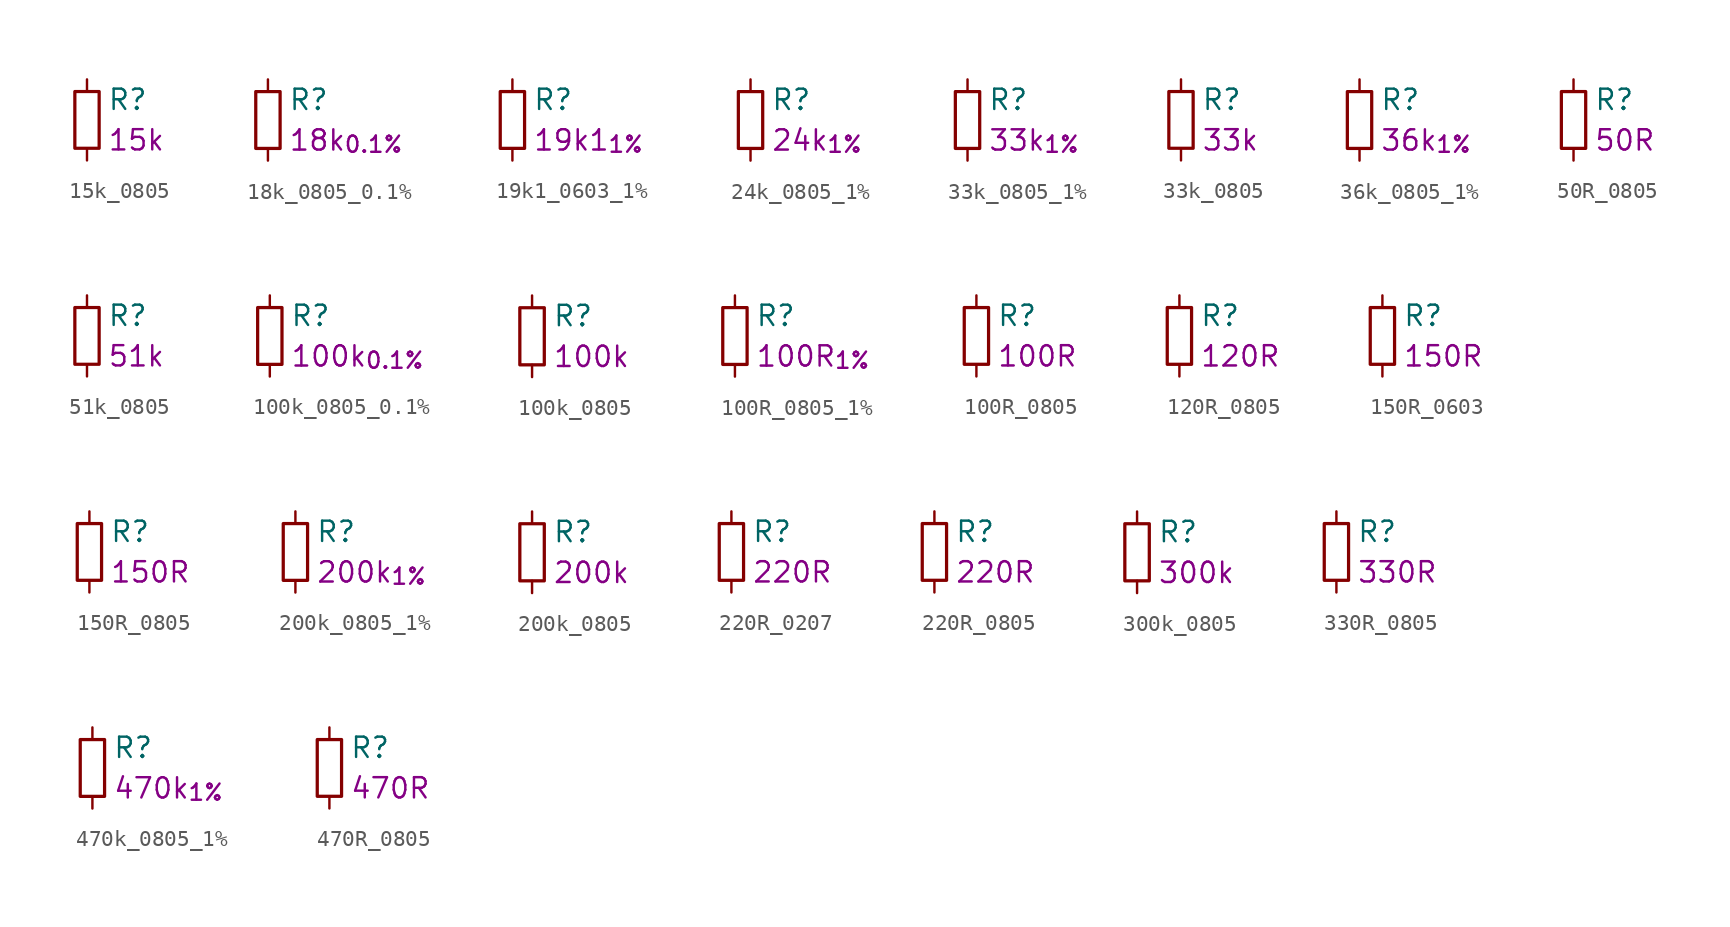
<source format=kicad_sym>
(kicad_symbol_lib
  (version 20241209)
  (generator "kicad_symbol_editor")
  (generator_version "9.0")
  (symbol "15k_0805"
    (pin_numbers
      (hide yes))
    (pin_names
      (offset 0.254)
      (hide yes))
    (property "Reference" "R"
      (at 1.27 1.27 0)
      (effects (font (size 1.27 1.27)) (justify left)))
    (property "Value_" "15k"
      (at 1.27 -1.27 0)
      (effects (font (size 1.27 1.27)) (justify left)))
    (symbol "15k_0805_0_1"
      (rectangle (start -0.762 1.778) (end 0.762 -1.778) (stroke (width 0.203) (type default)) (fill (type none))))
    (symbol "15k_0805_1_1"
      (pin passive line (at 0 2.54 270) (length 0.762) (name "~" (effects (font (size 1.27 1.27)))) (number "1" (effects (font (size 1.27 1.27)))))
      (pin passive line (at 0 -2.54 90) (length 0.762) (name "~" (effects (font (size 1.27 1.27)))) (number "2" (effects (font (size 1.27 1.27)))))))
  (symbol "18k_0805_0.1%"
    (pin_numbers
      (hide yes))
    (pin_names
      (offset 0.254)
      (hide yes))
    (property "Reference" "R"
      (at 1.27 1.27 0)
      (effects (font (size 1.27 1.27)) (justify left)))
    (property "Value_" "18k_{0.1%}"
      (at 1.27 -1.27 0)
      (effects (font (size 1.27 1.27)) (justify left)))
    (symbol "18k_0805_0.1%_0_1"
      (rectangle (start -0.762 1.778) (end 0.762 -1.778) (stroke (width 0.203) (type default)) (fill (type none))))
    (symbol "18k_0805_0.1%_1_1"
      (pin passive line (at 0 2.54 270) (length 0.762) (name "~" (effects (font (size 1.27 1.27)))) (number "1" (effects (font (size 1.27 1.27)))))
      (pin passive line (at 0 -2.54 90) (length 0.762) (name "~" (effects (font (size 1.27 1.27)))) (number "2" (effects (font (size 1.27 1.27)))))))
  (symbol "19k1_0603_1%"
    (pin_numbers
      (hide yes))
    (pin_names
      (offset 0.254)
      (hide yes))
    (property "Reference" "R"
      (at 1.27 1.27 0)
      (effects (font (size 1.27 1.27)) (justify left)))
    (property "Value_" "19k1_{1%}"
      (at 1.27 -1.27 0)
      (effects (font (size 1.27 1.27)) (justify left)))
    (symbol "19k1_0603_1%_0_1"
      (rectangle (start -0.762 1.778) (end 0.762 -1.778) (stroke (width 0.203) (type default)) (fill (type none))))
    (symbol "19k1_0603_1%_1_1"
      (pin passive line (at 0 2.54 270) (length 0.762) (name "~" (effects (font (size 1.27 1.27)))) (number "1" (effects (font (size 1.27 1.27)))))
      (pin passive line (at 0 -2.54 90) (length 0.762) (name "~" (effects (font (size 1.27 1.27)))) (number "2" (effects (font (size 1.27 1.27)))))))
  (symbol "24k_0805_1%"
    (pin_numbers
      (hide yes))
    (pin_names
      (offset 0.254)
      (hide yes))
    (property "Reference" "R"
      (at 1.27 1.27 0)
      (effects (font (size 1.27 1.27)) (justify left)))
    (property "Value_" "24k_{1%}"
      (at 1.27 -1.27 0)
      (effects (font (size 1.27 1.27)) (justify left)))
    (symbol "24k_0805_1%_0_1"
      (rectangle (start -0.762 1.778) (end 0.762 -1.778) (stroke (width 0.203) (type default)) (fill (type none))))
    (symbol "24k_0805_1%_1_1"
      (pin passive line (at 0 2.54 270) (length 0.762) (name "~" (effects (font (size 1.27 1.27)))) (number "1" (effects (font (size 1.27 1.27)))))
      (pin passive line (at 0 -2.54 90) (length 0.762) (name "~" (effects (font (size 1.27 1.27)))) (number "2" (effects (font (size 1.27 1.27)))))))
  (symbol "33k_0805_1%"
    (pin_numbers
      (hide yes))
    (pin_names
      (offset 0.254)
      (hide yes))
    (property "Reference" "R"
      (at 1.27 1.27 0)
      (effects (font (size 1.27 1.27)) (justify left)))
    (property "Value_" "33k_{1%}"
      (at 1.27 -1.27 0)
      (effects (font (size 1.27 1.27)) (justify left)))
    (symbol "33k_0805_1%_0_1"
      (rectangle (start -0.762 1.778) (end 0.762 -1.778) (stroke (width 0.203) (type default)) (fill (type none))))
    (symbol "33k_0805_1%_1_1"
      (pin passive line (at 0 2.54 270) (length 0.762) (name "~" (effects (font (size 1.27 1.27)))) (number "1" (effects (font (size 1.27 1.27)))))
      (pin passive line (at 0 -2.54 90) (length 0.762) (name "~" (effects (font (size 1.27 1.27)))) (number "2" (effects (font (size 1.27 1.27)))))))
  (symbol "33k_0805"
    (pin_numbers
      (hide yes))
    (pin_names
      (offset 0.254)
      (hide yes))
    (property "Reference" "R"
      (at 1.27 1.27 0)
      (effects (font (size 1.27 1.27)) (justify left)))
    (property "Value_" "33k"
      (at 1.27 -1.27 0)
      (effects (font (size 1.27 1.27)) (justify left)))
    (symbol "33k_0805_0_1"
      (rectangle (start -0.762 1.778) (end 0.762 -1.778) (stroke (width 0.203) (type default)) (fill (type none))))
    (symbol "33k_0805_1_1"
      (pin passive line (at 0 2.54 270) (length 0.762) (name "~" (effects (font (size 1.27 1.27)))) (number "1" (effects (font (size 1.27 1.27)))))
      (pin passive line (at 0 -2.54 90) (length 0.762) (name "~" (effects (font (size 1.27 1.27)))) (number "2" (effects (font (size 1.27 1.27)))))))
  (symbol "36k_0805_1%"
    (pin_numbers
      (hide yes))
    (pin_names
      (offset 0.254)
      (hide yes))
    (property "Reference" "R"
      (at 1.27 1.27 0)
      (effects (font (size 1.27 1.27)) (justify left)))
    (property "Value_" "36k_{1%}"
      (at 1.27 -1.27 0)
      (effects (font (size 1.27 1.27)) (justify left)))
    (symbol "36k_0805_1%_0_1"
      (rectangle (start -0.762 1.778) (end 0.762 -1.778) (stroke (width 0.203) (type default)) (fill (type none))))
    (symbol "36k_0805_1%_1_1"
      (pin passive line (at 0 2.54 270) (length 0.762) (name "~" (effects (font (size 1.27 1.27)))) (number "1" (effects (font (size 1.27 1.27)))))
      (pin passive line (at 0 -2.54 90) (length 0.762) (name "~" (effects (font (size 1.27 1.27)))) (number "2" (effects (font (size 1.27 1.27)))))))
  (symbol "50R_0805"
    (pin_numbers
      (hide yes))
    (pin_names
      (offset 0.254)
      (hide yes))
    (property "Reference" "R"
      (at 1.27 1.27 0)
      (effects (font (size 1.27 1.27)) (justify left)))
    (property "Value_" "50R"
      (at 1.27 -1.27 0)
      (effects (font (size 1.27 1.27)) (justify left)))
    (symbol "50R_0805_0_1"
      (rectangle (start -0.762 1.778) (end 0.762 -1.778) (stroke (width 0.203) (type default)) (fill (type none))))
    (symbol "50R_0805_1_1"
      (pin passive line (at 0 2.54 270) (length 0.762) (name "~" (effects (font (size 1.27 1.27)))) (number "1" (effects (font (size 1.27 1.27)))))
      (pin passive line (at 0 -2.54 90) (length 0.762) (name "~" (effects (font (size 1.27 1.27)))) (number "2" (effects (font (size 1.27 1.27)))))))
  (symbol "51k_0805"
    (pin_numbers
      (hide yes))
    (pin_names
      (offset 0.254)
      (hide yes))
    (property "Reference" "R"
      (at 1.27 1.27 0)
      (effects (font (size 1.27 1.27)) (justify left)))
    (property "Value_" "51k"
      (at 1.27 -1.27 0)
      (effects (font (size 1.27 1.27)) (justify left)))
    (symbol "51k_0805_0_1"
      (rectangle (start -0.762 1.778) (end 0.762 -1.778) (stroke (width 0.203) (type default)) (fill (type none))))
    (symbol "51k_0805_1_1"
      (pin passive line (at 0 2.54 270) (length 0.762) (name "~" (effects (font (size 1.27 1.27)))) (number "1" (effects (font (size 1.27 1.27)))))
      (pin passive line (at 0 -2.54 90) (length 0.762) (name "~" (effects (font (size 1.27 1.27)))) (number "2" (effects (font (size 1.27 1.27)))))))
  (symbol "100k_0805_0.1%"
    (pin_numbers
      (hide yes))
    (pin_names
      (offset 0.254)
      (hide yes))
    (property "Reference" "R"
      (at 1.27 1.27 0)
      (effects (font (size 1.27 1.27)) (justify left)))
    (property "Value_" "100k_{0.1%}"
      (at 1.27 -1.27 0)
      (effects (font (size 1.27 1.27)) (justify left)))
    (symbol "100k_0805_0.1%_0_1"
      (rectangle (start -0.762 1.778) (end 0.762 -1.778) (stroke (width 0.203) (type default)) (fill (type none))))
    (symbol "100k_0805_0.1%_1_1"
      (pin passive line (at 0 2.54 270) (length 0.762) (name "~" (effects (font (size 1.27 1.27)))) (number "1" (effects (font (size 1.27 1.27)))))
      (pin passive line (at 0 -2.54 90) (length 0.762) (name "~" (effects (font (size 1.27 1.27)))) (number "2" (effects (font (size 1.27 1.27)))))))
  (symbol "100k_0805"
    (pin_numbers
      (hide yes))
    (pin_names
      (offset 0.254)
      (hide yes))
    (property "Reference" "R"
      (at 1.27 1.27 0)
      (effects (font (size 1.27 1.27)) (justify left)))
    (property "Value_" "100k"
      (at 1.27 -1.27 0)
      (effects (font (size 1.27 1.27)) (justify left)))
    (symbol "100k_0805_0_1"
      (rectangle (start -0.762 1.778) (end 0.762 -1.778) (stroke (width 0.203) (type default)) (fill (type none))))
    (symbol "100k_0805_1_1"
      (pin passive line (at 0 2.54 270) (length 0.762) (name "~" (effects (font (size 1.27 1.27)))) (number "1" (effects (font (size 1.27 1.27)))))
      (pin passive line (at 0 -2.54 90) (length 0.762) (name "~" (effects (font (size 1.27 1.27)))) (number "2" (effects (font (size 1.27 1.27)))))))
  (symbol "100R_0805_1%"
    (pin_numbers
      (hide yes))
    (pin_names
      (offset 0.254)
      (hide yes))
    (property "Reference" "R"
      (at 1.27 1.27 0)
      (effects (font (size 1.27 1.27)) (justify left)))
    (property "Value_" "100R_{1%}"
      (at 1.27 -1.27 0)
      (effects (font (size 1.27 1.27)) (justify left)))
    (symbol "100R_0805_1%_0_1"
      (rectangle (start -0.762 1.778) (end 0.762 -1.778) (stroke (width 0.203) (type default)) (fill (type none))))
    (symbol "100R_0805_1%_1_1"
      (pin passive line (at 0 2.54 270) (length 0.762) (name "~" (effects (font (size 1.27 1.27)))) (number "1" (effects (font (size 1.27 1.27)))))
      (pin passive line (at 0 -2.54 90) (length 0.762) (name "~" (effects (font (size 1.27 1.27)))) (number "2" (effects (font (size 1.27 1.27)))))))
  (symbol "100R_0805"
    (pin_numbers
      (hide yes))
    (pin_names
      (offset 0.254)
      (hide yes))
    (property "Reference" "R"
      (at 1.27 1.27 0)
      (effects (font (size 1.27 1.27)) (justify left)))
    (property "Value_" "100R"
      (at 1.27 -1.27 0)
      (effects (font (size 1.27 1.27)) (justify left)))
    (symbol "100R_0805_0_1"
      (rectangle (start -0.762 1.778) (end 0.762 -1.778) (stroke (width 0.203) (type default)) (fill (type none))))
    (symbol "100R_0805_1_1"
      (pin passive line (at 0 2.54 270) (length 0.762) (name "~" (effects (font (size 1.27 1.27)))) (number "1" (effects (font (size 1.27 1.27)))))
      (pin passive line (at 0 -2.54 90) (length 0.762) (name "~" (effects (font (size 1.27 1.27)))) (number "2" (effects (font (size 1.27 1.27)))))))
  (symbol "120R_0805"
    (pin_numbers
      (hide yes))
    (pin_names
      (offset 0.254)
      (hide yes))
    (property "Reference" "R"
      (at 1.27 1.27 0)
      (effects (font (size 1.27 1.27)) (justify left)))
    (property "Value_" "120R"
      (at 1.27 -1.27 0)
      (effects (font (size 1.27 1.27)) (justify left)))
    (symbol "120R_0805_0_1"
      (rectangle (start -0.762 1.778) (end 0.762 -1.778) (stroke (width 0.203) (type default)) (fill (type none))))
    (symbol "120R_0805_1_1"
      (pin passive line (at 0 2.54 270) (length 0.762) (name "~" (effects (font (size 1.27 1.27)))) (number "1" (effects (font (size 1.27 1.27)))))
      (pin passive line (at 0 -2.54 90) (length 0.762) (name "~" (effects (font (size 1.27 1.27)))) (number "2" (effects (font (size 1.27 1.27)))))))
  (symbol "150R_0603"
    (pin_numbers
      (hide yes))
    (pin_names
      (offset 0.254)
      (hide yes))
    (property "Reference" "R"
      (at 1.27 1.27 0)
      (effects (font (size 1.27 1.27)) (justify left)))
    (property "Value_" "150R"
      (at 1.27 -1.27 0)
      (effects (font (size 1.27 1.27)) (justify left)))
    (symbol "150R_0603_0_1"
      (rectangle (start -0.762 1.778) (end 0.762 -1.778) (stroke (width 0.203) (type default)) (fill (type none))))
    (symbol "150R_0603_1_1"
      (pin passive line (at 0 2.54 270) (length 0.762) (name "~" (effects (font (size 1.27 1.27)))) (number "1" (effects (font (size 1.27 1.27)))))
      (pin passive line (at 0 -2.54 90) (length 0.762) (name "~" (effects (font (size 1.27 1.27)))) (number "2" (effects (font (size 1.27 1.27)))))))
  (symbol "150R_0805"
    (pin_numbers
      (hide yes))
    (pin_names
      (offset 0.254)
      (hide yes))
    (property "Reference" "R"
      (at 1.27 1.27 0)
      (effects (font (size 1.27 1.27)) (justify left)))
    (property "Value_" "150R"
      (at 1.27 -1.27 0)
      (effects (font (size 1.27 1.27)) (justify left)))
    (symbol "150R_0805_0_1"
      (rectangle (start -0.762 1.778) (end 0.762 -1.778) (stroke (width 0.203) (type default)) (fill (type none))))
    (symbol "150R_0805_1_1"
      (pin passive line (at 0 2.54 270) (length 0.762) (name "~" (effects (font (size 1.27 1.27)))) (number "1" (effects (font (size 1.27 1.27)))))
      (pin passive line (at 0 -2.54 90) (length 0.762) (name "~" (effects (font (size 1.27 1.27)))) (number "2" (effects (font (size 1.27 1.27)))))))
  (symbol "200k_0805_1%"
    (pin_numbers
      (hide yes))
    (pin_names
      (offset 0.254)
      (hide yes))
    (property "Reference" "R"
      (at 1.27 1.27 0)
      (effects (font (size 1.27 1.27)) (justify left)))
    (property "Value_" "200k_{1%}"
      (at 1.27 -1.27 0)
      (effects (font (size 1.27 1.27)) (justify left)))
    (symbol "200k_0805_1%_0_1"
      (rectangle (start -0.762 1.778) (end 0.762 -1.778) (stroke (width 0.203) (type default)) (fill (type none))))
    (symbol "200k_0805_1%_1_1"
      (pin passive line (at 0 2.54 270) (length 0.762) (name "~" (effects (font (size 1.27 1.27)))) (number "1" (effects (font (size 1.27 1.27)))))
      (pin passive line (at 0 -2.54 90) (length 0.762) (name "~" (effects (font (size 1.27 1.27)))) (number "2" (effects (font (size 1.27 1.27)))))))
  (symbol "200k_0805"
    (pin_numbers
      (hide yes))
    (pin_names
      (offset 0.254)
      (hide yes))
    (property "Reference" "R"
      (at 1.27 1.27 0)
      (effects (font (size 1.27 1.27)) (justify left)))
    (property "Value_" "200k"
      (at 1.27 -1.27 0)
      (effects (font (size 1.27 1.27)) (justify left)))
    (symbol "200k_0805_0_1"
      (rectangle (start -0.762 1.778) (end 0.762 -1.778) (stroke (width 0.203) (type default)) (fill (type none))))
    (symbol "200k_0805_1_1"
      (pin passive line (at 0 2.54 270) (length 0.762) (name "~" (effects (font (size 1.27 1.27)))) (number "1" (effects (font (size 1.27 1.27)))))
      (pin passive line (at 0 -2.54 90) (length 0.762) (name "~" (effects (font (size 1.27 1.27)))) (number "2" (effects (font (size 1.27 1.27)))))))
  (symbol "220R_0207"
    (pin_numbers
      (hide yes))
    (pin_names
      (offset 0.254)
      (hide yes))
    (property "Reference" "R"
      (at 1.27 1.27 0)
      (effects (font (size 1.27 1.27)) (justify left)))
    (property "Value_" "220R"
      (at 1.27 -1.27 0)
      (effects (font (size 1.27 1.27)) (justify left)))
    (symbol "220R_0207_0_1"
      (rectangle (start -0.762 1.778) (end 0.762 -1.778) (stroke (width 0.203) (type default)) (fill (type none))))
    (symbol "220R_0207_1_1"
      (pin passive line (at 0 2.54 270) (length 0.762) (name "~" (effects (font (size 1.27 1.27)))) (number "1" (effects (font (size 1.27 1.27)))))
      (pin passive line (at 0 -2.54 90) (length 0.762) (name "~" (effects (font (size 1.27 1.27)))) (number "2" (effects (font (size 1.27 1.27)))))))
  (symbol "220R_0805"
    (pin_numbers
      (hide yes))
    (pin_names
      (offset 0.254)
      (hide yes))
    (property "Reference" "R"
      (at 1.27 1.27 0)
      (effects (font (size 1.27 1.27)) (justify left)))
    (property "Value_" "220R"
      (at 1.27 -1.27 0)
      (effects (font (size 1.27 1.27)) (justify left)))
    (symbol "220R_0805_0_1"
      (rectangle (start -0.762 1.778) (end 0.762 -1.778) (stroke (width 0.203) (type default)) (fill (type none))))
    (symbol "220R_0805_1_1"
      (pin passive line (at 0 2.54 270) (length 0.762) (name "~" (effects (font (size 1.27 1.27)))) (number "1" (effects (font (size 1.27 1.27)))))
      (pin passive line (at 0 -2.54 90) (length 0.762) (name "~" (effects (font (size 1.27 1.27)))) (number "2" (effects (font (size 1.27 1.27)))))))
  (symbol "300k_0805"
    (pin_numbers
      (hide yes))
    (pin_names
      (offset 0.254)
      (hide yes))
    (property "Reference" "R"
      (at 1.27 1.27 0)
      (effects (font (size 1.27 1.27)) (justify left)))
    (property "Value_" "300k"
      (at 1.27 -1.27 0)
      (effects (font (size 1.27 1.27)) (justify left)))
    (symbol "300k_0805_0_1"
      (rectangle (start -0.762 1.778) (end 0.762 -1.778) (stroke (width 0.203) (type default)) (fill (type none))))
    (symbol "300k_0805_1_1"
      (pin passive line (at 0 2.54 270) (length 0.762) (name "~" (effects (font (size 1.27 1.27)))) (number "1" (effects (font (size 1.27 1.27)))))
      (pin passive line (at 0 -2.54 90) (length 0.762) (name "~" (effects (font (size 1.27 1.27)))) (number "2" (effects (font (size 1.27 1.27)))))))
  (symbol "330R_0805"
    (pin_numbers
      (hide yes))
    (pin_names
      (offset 0.254)
      (hide yes))
    (property "Reference" "R"
      (at 1.27 1.27 0)
      (effects (font (size 1.27 1.27)) (justify left)))
    (property "Value_" "330R"
      (at 1.27 -1.27 0)
      (effects (font (size 1.27 1.27)) (justify left)))
    (symbol "330R_0805_0_1"
      (rectangle (start -0.762 1.778) (end 0.762 -1.778) (stroke (width 0.203) (type default)) (fill (type none))))
    (symbol "330R_0805_1_1"
      (pin passive line (at 0 2.54 270) (length 0.762) (name "~" (effects (font (size 1.27 1.27)))) (number "1" (effects (font (size 1.27 1.27)))))
      (pin passive line (at 0 -2.54 90) (length 0.762) (name "~" (effects (font (size 1.27 1.27)))) (number "2" (effects (font (size 1.27 1.27)))))))
  (symbol "470k_0805_1%"
    (pin_numbers
      (hide yes))
    (pin_names
      (offset 0.254)
      (hide yes))
    (property "Reference" "R"
      (at 1.27 1.27 0)
      (effects (font (size 1.27 1.27)) (justify left)))
    (property "Value_" "470k_{1%}"
      (at 1.27 -1.27 0)
      (effects (font (size 1.27 1.27)) (justify left)))
    (symbol "470k_0805_1%_0_1"
      (rectangle (start -0.762 1.778) (end 0.762 -1.778) (stroke (width 0.203) (type default)) (fill (type none))))
    (symbol "470k_0805_1%_1_1"
      (pin passive line (at 0 2.54 270) (length 0.762) (name "~" (effects (font (size 1.27 1.27)))) (number "1" (effects (font (size 1.27 1.27)))))
      (pin passive line (at 0 -2.54 90) (length 0.762) (name "~" (effects (font (size 1.27 1.27)))) (number "2" (effects (font (size 1.27 1.27)))))))
  (symbol "470R_0805"
    (pin_numbers
      (hide yes))
    (pin_names
      (offset 0.254)
      (hide yes))
    (property "Reference" "R"
      (at 1.27 1.27 0)
      (effects (font (size 1.27 1.27)) (justify left)))
    (property "Value_" "470R"
      (at 1.27 -1.27 0)
      (effects (font (size 1.27 1.27)) (justify left)))
    (symbol "470R_0805_0_1"
      (rectangle (start -0.762 1.778) (end 0.762 -1.778) (stroke (width 0.203) (type default)) (fill (type none))))
    (symbol "470R_0805_1_1"
      (pin passive line (at 0 2.54 270) (length 0.762) (name "~" (effects (font (size 1.27 1.27)))) (number "1" (effects (font (size 1.27 1.27)))))
      (pin passive line (at 0 -2.54 90) (length 0.762) (name "~" (effects (font (size 1.27 1.27)))) (number "2" (effects (font (size 1.27 1.27))))))))
</source>
